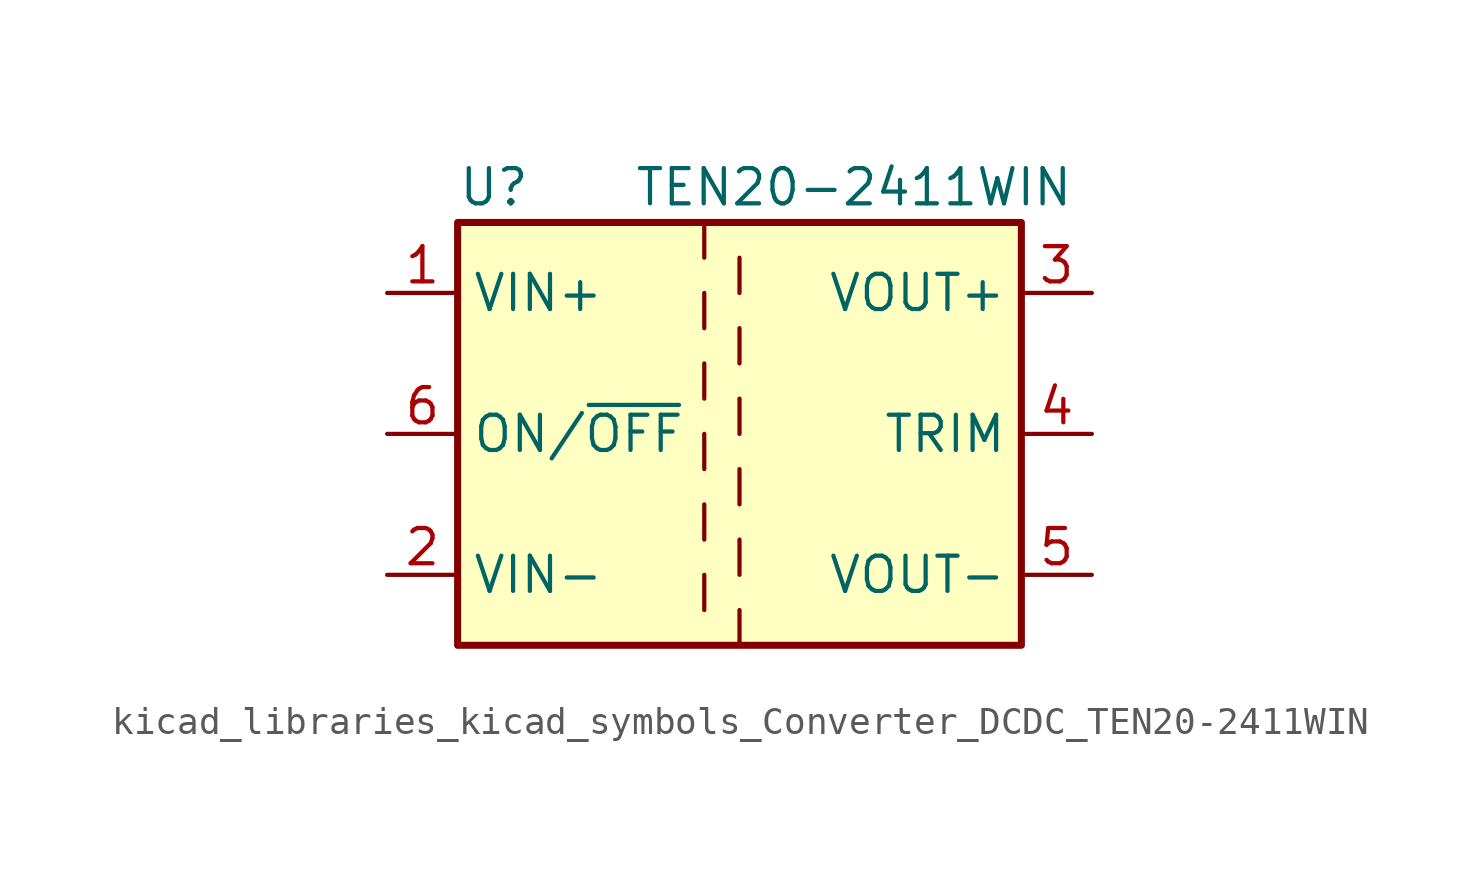
<source format=kicad_sym>
(kicad_symbol_lib
  (version 20220914)
  (generator kicad_symbol_editor)
  (symbol "kicad_libraries_kicad_symbols_Converter_DCDC_TEN20-2411WIN"
    (property "Reference" "U"
      (at -10.16 8.89 0)
      (effects (font (size 1.27 1.27)) (justify left)))
    (property "Value" "TEN20-2411WIN"
      (at -3.81 8.89 0)
      (effects (font (size 1.27 1.27)) (justify left)))
    (symbol "kicad_libraries_kicad_symbols_Converter_DCDC_TEN20-2411WIN_0_1"
      (rectangle (start -10.16 7.62) (end 10.16 -7.62) (stroke (width 0.254) (type default)) (fill (type background)))
      (polyline (pts (xy -1.27 -5.08) (xy -1.27 -6.35)) (stroke (width 0) (type default)) (fill (type none)))
      (polyline (pts (xy -1.27 -2.54) (xy -1.27 -3.81)) (stroke (width 0) (type default)) (fill (type none)))
      (polyline (pts (xy -1.27 0) (xy -1.27 -1.27)) (stroke (width 0) (type default)) (fill (type none)))
      (polyline (pts (xy -1.27 2.54) (xy -1.27 1.27)) (stroke (width 0) (type default)) (fill (type none)))
      (polyline (pts (xy -1.27 5.08) (xy -1.27 3.81)) (stroke (width 0) (type default)) (fill (type none)))
      (polyline (pts (xy -1.27 7.62) (xy -1.27 6.35)) (stroke (width 0) (type default)) (fill (type none)))
      (polyline (pts (xy 0 -7.62) (xy 0 -6.35)) (stroke (width 0) (type default)) (fill (type none)))
      (polyline (pts (xy 0 -5.08) (xy 0 -3.81)) (stroke (width 0) (type default)) (fill (type none)))
      (polyline (pts (xy 0 -1.27) (xy 0 -2.54)) (stroke (width 0) (type default)) (fill (type none)))
      (polyline (pts (xy 0 0) (xy 0 1.27)) (stroke (width 0) (type default)) (fill (type none)))
      (polyline (pts (xy 0 2.54) (xy 0 3.81)) (stroke (width 0) (type default)) (fill (type none)))
      (polyline (pts (xy 0 5.08) (xy 0 6.35)) (stroke (width 0) (type default)) (fill (type none))))
    (symbol "kicad_libraries_kicad_symbols_Converter_DCDC_TEN20-2411WIN_1_1"
      (pin power_in line (at -12.7 5.08 0) (length 2.54) (name "VIN+" (effects (font (size 1.27 1.27)))) (number "1" (effects (font (size 1.27 1.27)))))
      (pin power_in line (at -12.7 -5.08 0) (length 2.54) (name "VIN-" (effects (font (size 1.27 1.27)))) (number "2" (effects (font (size 1.27 1.27)))))
      (pin power_out line (at 12.7 5.08 180) (length 2.54) (name "VOUT+" (effects (font (size 1.27 1.27)))) (number "3" (effects (font (size 1.27 1.27)))))
      (pin passive line (at 12.7 0 180) (length 2.54) (name "TRIM" (effects (font (size 1.27 1.27)))) (number "4" (effects (font (size 1.27 1.27)))))
      (pin power_out line (at 12.7 -5.08 180) (length 2.54) (name "VOUT-" (effects (font (size 1.27 1.27)))) (number "5" (effects (font (size 1.27 1.27)))))
      (pin input line (at -12.7 0 0) (length 2.54) (name "ON/~{OFF}" (effects (font (size 1.27 1.27)))) (number "6" (effects (font (size 1.27 1.27))))))))
</source>
